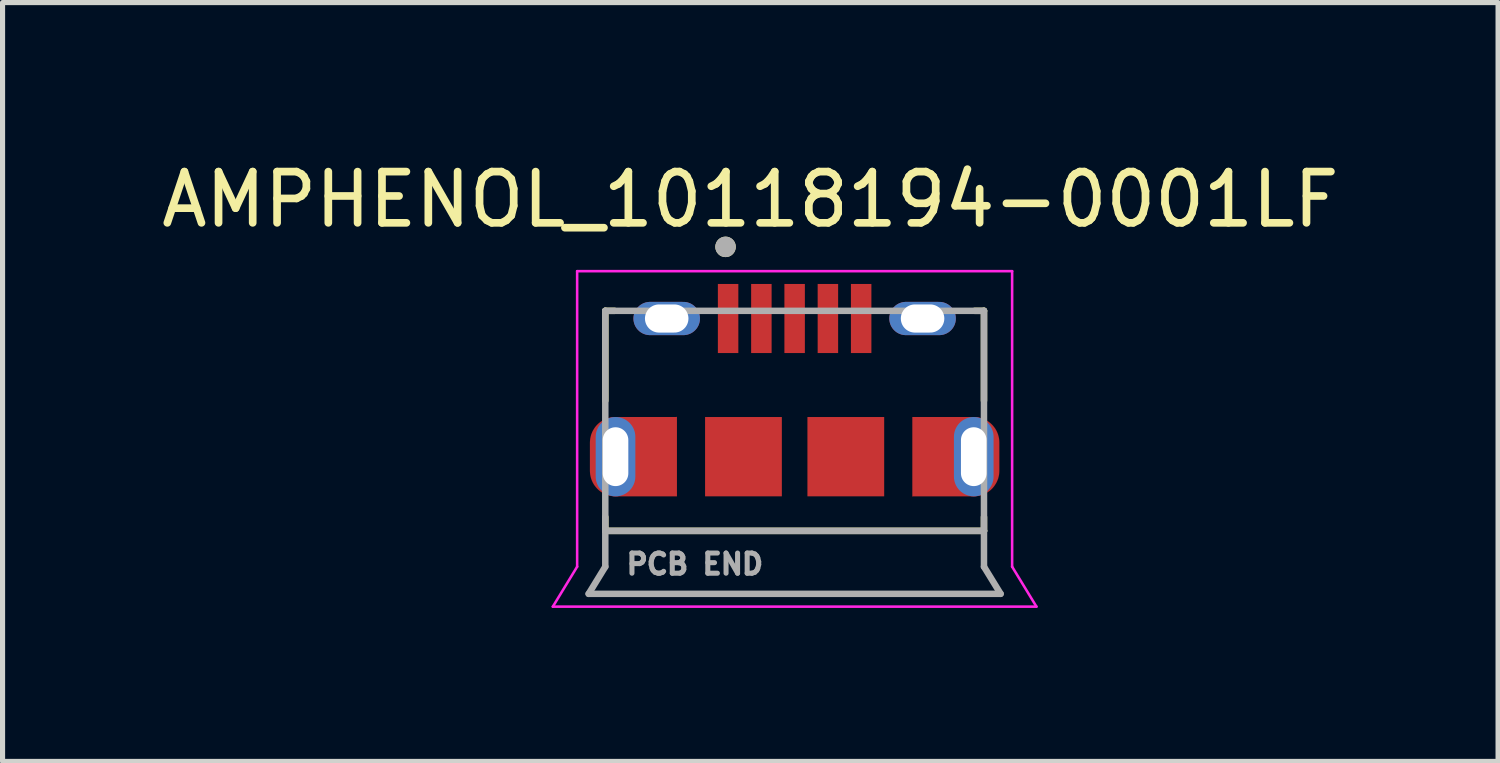
<source format=kicad_pcb>
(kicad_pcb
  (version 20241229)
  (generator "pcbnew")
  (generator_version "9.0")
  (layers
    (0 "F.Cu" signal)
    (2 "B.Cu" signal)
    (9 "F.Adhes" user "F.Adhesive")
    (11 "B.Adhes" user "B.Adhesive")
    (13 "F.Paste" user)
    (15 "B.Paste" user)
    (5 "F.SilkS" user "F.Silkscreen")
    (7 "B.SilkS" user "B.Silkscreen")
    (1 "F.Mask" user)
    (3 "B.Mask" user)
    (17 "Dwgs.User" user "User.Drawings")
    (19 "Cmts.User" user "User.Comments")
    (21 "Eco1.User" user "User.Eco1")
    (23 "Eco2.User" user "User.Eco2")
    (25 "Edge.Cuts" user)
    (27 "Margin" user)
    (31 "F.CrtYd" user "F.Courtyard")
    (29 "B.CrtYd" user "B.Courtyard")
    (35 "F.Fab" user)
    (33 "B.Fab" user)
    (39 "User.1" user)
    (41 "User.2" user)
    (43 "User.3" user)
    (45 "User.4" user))
  (footprint "AMPHENOL_10118194-0001LF"
    (layer "F.Cu")
    (at 12.478 5.874)
    (property "Reference" "AMPHENOL_10118194-0001LF" (at -0.866 -5.025 0) (layer "F.SilkS") (effects (font (size 1.001 1.001) (thickness 0.15))))
    (attr through_hole)
    (fp_poly (pts (xy -2.3 -0.78) (xy -2.3 0.775) (xy -3.498 0.775) (xy -3.498 0.575) (xy -3.486 0.575) (xy -3.473 0.574) (xy -3.46 0.572) (xy -3.447 0.57) (xy -3.434 0.567) (xy -3.422 0.563) (xy -3.41 0.558) (xy -3.398 0.553) (xy -3.386 0.548) (xy -3.374 0.542) (xy -3.363 0.535) (xy -3.353 0.527) (xy -3.342 0.52) (xy -3.332 0.511) (xy -3.323 0.502) (xy -3.314 0.493) (xy -3.305 0.483) (xy -3.298 0.472) (xy -3.29 0.462) (xy -3.283 0.451) (xy -3.277 0.439) (xy -3.272 0.427) (xy -3.267 0.415) (xy -3.262 0.403) (xy -3.258 0.391) (xy -3.255 0.378) (xy -3.253 0.365) (xy -3.251 0.352) (xy -3.25 0.339) (xy -3.25 0.325) (xy -3.25 0.315) (xy -3.25 -0.315) (xy -3.25 -0.325) (xy -3.25 -0.338) (xy -3.251 -0.351) (xy -3.253 -0.364) (xy -3.255 -0.377) (xy -3.259 -0.39) (xy -3.262 -0.402) (xy -3.267 -0.415) (xy -3.272 -0.427) (xy -3.277 -0.438) (xy -3.283 -0.45) (xy -3.29 -0.461) (xy -3.298 -0.472) (xy -3.306 -0.482) (xy -3.314 -0.492) (xy -3.323 -0.502) (xy -3.333 -0.511) (xy -3.343 -0.519) (xy -3.353 -0.527) (xy -3.364 -0.535) (xy -3.375 -0.542) (xy -3.387 -0.548) (xy -3.398 -0.553) (xy -3.41 -0.558) (xy -3.423 -0.563) (xy -3.435 -0.566) (xy -3.448 -0.57) (xy -3.461 -0.572) (xy -3.474 -0.574) (xy -3.487 -0.575) (xy -3.5 -0.575) (xy -3.513 -0.575) (xy -3.526 -0.574) (xy -3.539 -0.572) (xy -3.552 -0.57) (xy -3.565 -0.566) (xy -3.577 -0.563) (xy -3.59 -0.558) (xy -3.602 -0.553) (xy -3.613 -0.548) (xy -3.625 -0.542) (xy -3.636 -0.535) (xy -3.647 -0.527) (xy -3.657 -0.519) (xy -3.667 -0.511) (xy -3.677 -0.502) (xy -3.686 -0.492) (xy -3.694 -0.482) (xy -3.702 -0.472) (xy -3.71 -0.461) (xy -3.717 -0.45) (xy -3.723 -0.438) (xy -3.728 -0.427) (xy -3.733 -0.415) (xy -3.738 -0.402) (xy -3.741 -0.39) (xy -3.745 -0.377) (xy -3.747 -0.364) (xy -3.749 -0.351) (xy -3.75 -0.338) (xy -3.75 -0.325) (xy -3.75 0.325) (xy -3.75 0.339) (xy -3.749 0.352) (xy -3.747 0.365) (xy -3.745 0.378) (xy -3.742 0.391) (xy -3.738 0.403) (xy -3.733 0.415) (xy -3.728 0.427) (xy -3.723 0.439) (xy -3.717 0.451) (xy -3.71 0.462) (xy -3.702 0.472) (xy -3.695 0.483) (xy -3.686 0.493) (xy -3.677 0.502) (xy -3.668 0.511) (xy -3.658 0.52) (xy -3.647 0.527) (xy -3.637 0.535) (xy -3.626 0.542) (xy -3.614 0.548) (xy -3.602 0.553) (xy -3.59 0.558) (xy -3.578 0.563) (xy -3.566 0.567) (xy -3.553 0.57) (xy -3.54 0.572) (xy -3.527 0.574) (xy -3.514 0.575) (xy -3.502 0.575) (xy -3.502 0.775) (xy -3.527 0.774) (xy -3.553 0.772) (xy -3.579 0.769) (xy -3.605 0.764) (xy -3.63 0.758) (xy -3.655 0.751) (xy -3.68 0.742) (xy -3.704 0.732) (xy -3.728 0.721) (xy -3.751 0.708) (xy -3.773 0.695) (xy -3.794 0.68) (xy -3.815 0.664) (xy -3.835 0.647) (xy -3.854 0.629) (xy -3.872 0.61) (xy -3.889 0.59) (xy -3.905 0.569) (xy -3.92 0.548) (xy -3.933 0.526) (xy -3.946 0.503) (xy -3.957 0.479) (xy -3.967 0.455) (xy -3.976 0.43) (xy -3.983 0.405) (xy -3.989 0.38) (xy -3.994 0.354) (xy -3.997 0.328) (xy -3.999 0.302) (xy -4 0.275) (xy -4 -0.275) (xy -3.999 -0.301) (xy -3.997 -0.327) (xy -3.994 -0.353) (xy -3.989 -0.379) (xy -3.983 -0.404) (xy -3.976 -0.43) (xy -3.967 -0.454) (xy -3.957 -0.478) (xy -3.946 -0.502) (xy -3.933 -0.525) (xy -3.919 -0.547) (xy -3.905 -0.569) (xy -3.889 -0.59) (xy -3.872 -0.61) (xy -3.854 -0.629) (xy -3.835 -0.647) (xy -3.815 -0.664) (xy -3.794 -0.68) (xy -3.772 -0.694) (xy -3.75 -0.708) (xy -3.727 -0.721) (xy -3.703 -0.732) (xy -3.679 -0.742) (xy -3.655 -0.751) (xy -3.629 -0.758) (xy -3.604 -0.764) (xy -3.578 -0.769) (xy -3.552 -0.772) (xy -3.526 -0.774) (xy -3.5 -0.775) (xy -2.305 -0.775) (xy -2.305 -0.78) (xy -2.3 -0.78)) (stroke (width 0.001) (type solid)) (fill yes) (layer "F.Cu"))
    (fp_poly (pts (xy 2.3 0.78) (xy 2.3 -0.775) (xy 3.498 -0.775) (xy 3.498 -0.575) (xy 3.486 -0.575) (xy 3.473 -0.574) (xy 3.46 -0.572) (xy 3.447 -0.57) (xy 3.434 -0.567) (xy 3.422 -0.563) (xy 3.41 -0.558) (xy 3.398 -0.553) (xy 3.386 -0.548) (xy 3.374 -0.542) (xy 3.363 -0.535) (xy 3.353 -0.527) (xy 3.342 -0.52) (xy 3.332 -0.511) (xy 3.323 -0.502) (xy 3.314 -0.493) (xy 3.305 -0.483) (xy 3.298 -0.472) (xy 3.29 -0.462) (xy 3.283 -0.451) (xy 3.277 -0.439) (xy 3.272 -0.427) (xy 3.267 -0.415) (xy 3.262 -0.403) (xy 3.258 -0.391) (xy 3.255 -0.378) (xy 3.253 -0.365) (xy 3.251 -0.352) (xy 3.25 -0.339) (xy 3.25 -0.325) (xy 3.25 -0.315) (xy 3.25 0.315) (xy 3.25 0.325) (xy 3.25 0.338) (xy 3.251 0.351) (xy 3.253 0.364) (xy 3.255 0.377) (xy 3.259 0.39) (xy 3.262 0.402) (xy 3.267 0.415) (xy 3.272 0.427) (xy 3.277 0.438) (xy 3.283 0.45) (xy 3.29 0.461) (xy 3.298 0.472) (xy 3.306 0.482) (xy 3.314 0.492) (xy 3.323 0.502) (xy 3.333 0.511) (xy 3.343 0.519) (xy 3.353 0.527) (xy 3.364 0.535) (xy 3.375 0.542) (xy 3.387 0.548) (xy 3.398 0.553) (xy 3.41 0.558) (xy 3.423 0.563) (xy 3.435 0.566) (xy 3.448 0.57) (xy 3.461 0.572) (xy 3.474 0.574) (xy 3.487 0.575) (xy 3.5 0.575) (xy 3.513 0.575) (xy 3.526 0.574) (xy 3.539 0.572) (xy 3.552 0.57) (xy 3.565 0.566) (xy 3.577 0.563) (xy 3.59 0.558) (xy 3.602 0.553) (xy 3.613 0.548) (xy 3.625 0.542) (xy 3.636 0.535) (xy 3.647 0.527) (xy 3.657 0.519) (xy 3.667 0.511) (xy 3.677 0.502) (xy 3.686 0.492) (xy 3.694 0.482) (xy 3.702 0.472) (xy 3.71 0.461) (xy 3.717 0.45) (xy 3.723 0.438) (xy 3.728 0.427) (xy 3.733 0.415) (xy 3.738 0.402) (xy 3.741 0.39) (xy 3.745 0.377) (xy 3.747 0.364) (xy 3.749 0.351) (xy 3.75 0.338) (xy 3.75 0.325) (xy 3.75 -0.325) (xy 3.75 -0.339) (xy 3.749 -0.352) (xy 3.747 -0.365) (xy 3.745 -0.378) (xy 3.742 -0.391) (xy 3.738 -0.403) (xy 3.733 -0.415) (xy 3.728 -0.427) (xy 3.723 -0.439) (xy 3.717 -0.451) (xy 3.71 -0.462) (xy 3.702 -0.472) (xy 3.695 -0.483) (xy 3.686 -0.493) (xy 3.677 -0.502) (xy 3.668 -0.511) (xy 3.658 -0.52) (xy 3.647 -0.527) (xy 3.637 -0.535) (xy 3.626 -0.542) (xy 3.614 -0.548) (xy 3.602 -0.553) (xy 3.59 -0.558) (xy 3.578 -0.563) (xy 3.566 -0.567) (xy 3.553 -0.57) (xy 3.54 -0.572) (xy 3.527 -0.574) (xy 3.514 -0.575) (xy 3.502 -0.575) (xy 3.502 -0.775) (xy 3.527 -0.774) (xy 3.553 -0.772) (xy 3.579 -0.769) (xy 3.605 -0.764) (xy 3.63 -0.758) (xy 3.655 -0.751) (xy 3.68 -0.742) (xy 3.704 -0.732) (xy 3.728 -0.721) (xy 3.751 -0.708) (xy 3.773 -0.695) (xy 3.794 -0.68) (xy 3.815 -0.664) (xy 3.835 -0.647) (xy 3.854 -0.629) (xy 3.872 -0.61) (xy 3.889 -0.59) (xy 3.905 -0.569) (xy 3.92 -0.548) (xy 3.933 -0.526) (xy 3.946 -0.503) (xy 3.957 -0.479) (xy 3.967 -0.455) (xy 3.976 -0.43) (xy 3.983 -0.405) (xy 3.989 -0.38) (xy 3.994 -0.354) (xy 3.997 -0.328) (xy 3.999 -0.302) (xy 4 -0.275) (xy 4 0.275) (xy 3.999 0.301) (xy 3.997 0.327) (xy 3.994 0.353) (xy 3.989 0.379) (xy 3.983 0.404) (xy 3.976 0.43) (xy 3.967 0.454) (xy 3.957 0.478) (xy 3.946 0.502) (xy 3.933 0.525) (xy 3.919 0.547) (xy 3.905 0.569) (xy 3.889 0.59) (xy 3.872 0.61) (xy 3.854 0.629) (xy 3.835 0.647) (xy 3.815 0.664) (xy 3.794 0.68) (xy 3.772 0.694) (xy 3.75 0.708) (xy 3.727 0.721) (xy 3.703 0.732) (xy 3.679 0.742) (xy 3.655 0.751) (xy 3.629 0.758) (xy 3.604 0.764) (xy 3.578 0.769) (xy 3.552 0.772) (xy 3.526 0.774) (xy 3.5 0.775) (xy 2.305 0.775) (xy 2.305 0.78) (xy 2.3 0.78)) (stroke (width 0.001) (type solid)) (fill yes) (layer "F.Cu"))
    (fp_poly (pts (xy -3.6 -0.875) (xy -2.2 -0.875) (xy -2.2 0.875) (xy -3.6 0.875) (xy -3.626 0.874) (xy -3.652 0.872) (xy -3.678 0.869) (xy -3.704 0.864) (xy -3.729 0.858) (xy -3.755 0.851) (xy -3.779 0.842) (xy -3.803 0.832) (xy -3.827 0.821) (xy -3.85 0.808) (xy -3.872 0.794) (xy -3.894 0.78) (xy -3.915 0.764) (xy -3.935 0.747) (xy -3.954 0.729) (xy -3.972 0.71) (xy -3.989 0.69) (xy -4.005 0.669) (xy -4.019 0.647) (xy -4.033 0.625) (xy -4.046 0.602) (xy -4.057 0.578) (xy -4.067 0.554) (xy -4.076 0.53) (xy -4.083 0.504) (xy -4.089 0.479) (xy -4.094 0.453) (xy -4.097 0.427) (xy -4.099 0.401) (xy -4.1 0.375) (xy -4.1 -0.375) (xy -4.099 -0.401) (xy -4.097 -0.427) (xy -4.094 -0.453) (xy -4.089 -0.479) (xy -4.083 -0.504) (xy -4.076 -0.53) (xy -4.067 -0.554) (xy -4.057 -0.578) (xy -4.046 -0.602) (xy -4.033 -0.625) (xy -4.019 -0.647) (xy -4.005 -0.669) (xy -3.989 -0.69) (xy -3.972 -0.71) (xy -3.954 -0.729) (xy -3.935 -0.747) (xy -3.915 -0.764) (xy -3.894 -0.78) (xy -3.872 -0.794) (xy -3.85 -0.808) (xy -3.827 -0.821) (xy -3.803 -0.832) (xy -3.779 -0.842) (xy -3.755 -0.851) (xy -3.729 -0.858) (xy -3.704 -0.864) (xy -3.678 -0.869) (xy -3.652 -0.872) (xy -3.626 -0.874) (xy -3.6 -0.875)) (stroke (width 0.0001) (type solid)) (fill yes) (layer "F.Mask"))
    (fp_poly (pts (xy 3.6 0.875) (xy 2.2 0.875) (xy 2.2 -0.875) (xy 3.6 -0.875) (xy 3.626 -0.874) (xy 3.652 -0.872) (xy 3.678 -0.869) (xy 3.704 -0.864) (xy 3.729 -0.858) (xy 3.755 -0.851) (xy 3.779 -0.842) (xy 3.803 -0.832) (xy 3.827 -0.821) (xy 3.85 -0.808) (xy 3.872 -0.794) (xy 3.894 -0.78) (xy 3.915 -0.764) (xy 3.935 -0.747) (xy 3.954 -0.729) (xy 3.972 -0.71) (xy 3.989 -0.69) (xy 4.005 -0.669) (xy 4.019 -0.647) (xy 4.033 -0.625) (xy 4.046 -0.602) (xy 4.057 -0.578) (xy 4.067 -0.554) (xy 4.076 -0.53) (xy 4.083 -0.504) (xy 4.089 -0.479) (xy 4.094 -0.453) (xy 4.097 -0.427) (xy 4.099 -0.401) (xy 4.1 -0.375) (xy 4.1 0.375) (xy 4.099 0.401) (xy 4.097 0.427) (xy 4.094 0.453) (xy 4.089 0.479) (xy 4.083 0.504) (xy 4.076 0.53) (xy 4.067 0.554) (xy 4.057 0.578) (xy 4.046 0.602) (xy 4.033 0.625) (xy 4.019 0.647) (xy 4.005 0.669) (xy 3.989 0.69) (xy 3.972 0.71) (xy 3.954 0.729) (xy 3.935 0.747) (xy 3.915 0.764) (xy 3.894 0.78) (xy 3.872 0.794) (xy 3.85 0.808) (xy 3.827 0.821) (xy 3.803 0.832) (xy 3.779 0.842) (xy 3.755 0.851) (xy 3.729 0.858) (xy 3.704 0.864) (xy 3.678 0.869) (xy 3.652 0.872) (xy 3.626 0.874) (xy 3.6 0.875)) (stroke (width 0.0001) (type solid)) (fill yes) (layer "F.Mask"))
    (fp_line (start -3.7 -2.85) (end -3.7 -1.095) (stroke (width 0.127) (type solid)) (layer "F.SilkS"))
    (fp_line (start -3.7 -2.85) (end -3.52 -2.85) (stroke (width 0.127) (type solid)) (layer "F.SilkS"))
    (fp_line (start -3.7 1.45) (end -3.7 1.18) (stroke (width 0.127) (type solid)) (layer "F.SilkS"))
    (fp_line (start -3.7 1.45) (end 3.7 1.45) (stroke (width 0.127) (type solid)) (layer "F.SilkS"))
    (fp_line (start 3.7 -2.85) (end 3.52 -2.85) (stroke (width 0.127) (type solid)) (layer "F.SilkS"))
    (fp_line (start 3.7 -2.85) (end 3.7 -1.095) (stroke (width 0.127) (type solid)) (layer "F.SilkS"))
    (fp_line (start 3.7 1.18) (end 3.7 1.45) (stroke (width 0.127) (type solid)) (layer "F.SilkS"))
    (fp_circle (center -1.35 -4.1) (end -1.25 -4.1) (stroke (width 0.2) (type solid)) (fill no) (layer "F.SilkS"))
    (fp_line (start -3.5 -0.77) (end -3.5 -0.6) (stroke (width 0.0001) (type solid)) (layer "F.Paste"))
    (fp_line (start 3.5 0.77) (end 3.5 0.6) (stroke (width 0.0001) (type solid)) (layer "F.Paste"))
    (fp_poly (pts (xy -3.5 -0.775) (xy -3.5 -0.575) (xy -3.487 -0.575) (xy -3.474 -0.574) (xy -3.461 -0.572) (xy -3.448 -0.57) (xy -3.435 -0.566) (xy -3.423 -0.563) (xy -3.41 -0.558) (xy -3.398 -0.553) (xy -3.387 -0.548) (xy -3.375 -0.542) (xy -3.364 -0.535) (xy -3.353 -0.527) (xy -3.343 -0.519) (xy -3.333 -0.511) (xy -3.323 -0.502) (xy -3.314 -0.492) (xy -3.306 -0.482) (xy -3.298 -0.472) (xy -3.29 -0.461) (xy -3.283 -0.45) (xy -3.277 -0.438) (xy -3.272 -0.427) (xy -3.267 -0.415) (xy -3.262 -0.402) (xy -3.259 -0.39) (xy -3.255 -0.377) (xy -3.253 -0.364) (xy -3.251 -0.351) (xy -3.25 -0.338) (xy -3.25 -0.325) (xy -3.25 0.325) (xy -3.25 0.338) (xy -3.251 0.351) (xy -3.253 0.364) (xy -3.255 0.377) (xy -3.259 0.39) (xy -3.262 0.402) (xy -3.267 0.415) (xy -3.272 0.427) (xy -3.277 0.438) (xy -3.283 0.45) (xy -3.29 0.461) (xy -3.298 0.472) (xy -3.306 0.482) (xy -3.314 0.492) (xy -3.323 0.502) (xy -3.333 0.511) (xy -3.343 0.519) (xy -3.353 0.527) (xy -3.364 0.535) (xy -3.375 0.542) (xy -3.387 0.548) (xy -3.398 0.553) (xy -3.41 0.558) (xy -3.423 0.563) (xy -3.435 0.566) (xy -3.448 0.57) (xy -3.461 0.572) (xy -3.474 0.574) (xy -3.487 0.575) (xy -3.5 0.575) (xy -3.5 0.775) (xy -2.3 0.775) (xy -2.3 -0.775) (xy -3.5 -0.775)) (stroke (width 0.0001) (type solid)) (fill yes) (layer "F.Paste"))
    (fp_poly (pts (xy 3.5 0.775) (xy 3.5 0.575) (xy 3.487 0.575) (xy 3.474 0.574) (xy 3.461 0.572) (xy 3.448 0.57) (xy 3.435 0.566) (xy 3.423 0.563) (xy 3.41 0.558) (xy 3.398 0.553) (xy 3.387 0.548) (xy 3.375 0.542) (xy 3.364 0.535) (xy 3.353 0.527) (xy 3.343 0.519) (xy 3.333 0.511) (xy 3.323 0.502) (xy 3.314 0.492) (xy 3.306 0.482) (xy 3.298 0.472) (xy 3.29 0.461) (xy 3.283 0.45) (xy 3.277 0.438) (xy 3.272 0.427) (xy 3.267 0.415) (xy 3.262 0.402) (xy 3.259 0.39) (xy 3.255 0.377) (xy 3.253 0.364) (xy 3.251 0.351) (xy 3.25 0.338) (xy 3.25 0.325) (xy 3.25 -0.325) (xy 3.25 -0.338) (xy 3.251 -0.351) (xy 3.253 -0.364) (xy 3.255 -0.377) (xy 3.259 -0.39) (xy 3.262 -0.402) (xy 3.267 -0.415) (xy 3.272 -0.427) (xy 3.277 -0.438) (xy 3.283 -0.45) (xy 3.29 -0.461) (xy 3.298 -0.472) (xy 3.306 -0.482) (xy 3.314 -0.492) (xy 3.323 -0.502) (xy 3.333 -0.511) (xy 3.343 -0.519) (xy 3.353 -0.527) (xy 3.364 -0.535) (xy 3.375 -0.542) (xy 3.387 -0.548) (xy 3.398 -0.553) (xy 3.41 -0.558) (xy 3.423 -0.563) (xy 3.435 -0.566) (xy 3.448 -0.57) (xy 3.461 -0.572) (xy 3.474 -0.574) (xy 3.487 -0.575) (xy 3.5 -0.575) (xy 3.5 -0.775) (xy 2.3 -0.775) (xy 2.3 0.775) (xy 3.5 0.775)) (stroke (width 0.0001) (type solid)) (fill yes) (layer "F.Paste"))
    (fp_poly (pts (xy -3.5 -0.775) (xy -3.5 -0.575) (xy -3.513 -0.575) (xy -3.526 -0.574) (xy -3.539 -0.572) (xy -3.552 -0.57) (xy -3.565 -0.566) (xy -3.577 -0.563) (xy -3.59 -0.558) (xy -3.602 -0.553) (xy -3.613 -0.548) (xy -3.625 -0.542) (xy -3.636 -0.535) (xy -3.647 -0.527) (xy -3.657 -0.519) (xy -3.667 -0.511) (xy -3.677 -0.502) (xy -3.686 -0.492) (xy -3.694 -0.482) (xy -3.702 -0.472) (xy -3.71 -0.461) (xy -3.717 -0.45) (xy -3.723 -0.438) (xy -3.728 -0.427) (xy -3.733 -0.415) (xy -3.738 -0.402) (xy -3.741 -0.39) (xy -3.745 -0.377) (xy -3.747 -0.364) (xy -3.749 -0.351) (xy -3.75 -0.338) (xy -3.75 -0.325) (xy -3.75 0.325) (xy -3.75 0.338) (xy -3.749 0.351) (xy -3.747 0.364) (xy -3.745 0.377) (xy -3.741 0.39) (xy -3.738 0.402) (xy -3.733 0.415) (xy -3.728 0.427) (xy -3.723 0.438) (xy -3.717 0.45) (xy -3.71 0.461) (xy -3.702 0.472) (xy -3.694 0.482) (xy -3.686 0.492) (xy -3.677 0.502) (xy -3.667 0.511) (xy -3.657 0.519) (xy -3.647 0.527) (xy -3.636 0.535) (xy -3.625 0.542) (xy -3.613 0.548) (xy -3.602 0.553) (xy -3.59 0.558) (xy -3.577 0.563) (xy -3.565 0.566) (xy -3.552 0.57) (xy -3.539 0.572) (xy -3.526 0.574) (xy -3.513 0.575) (xy -3.5 0.575) (xy -3.5 0.775) (xy -3.526 0.774) (xy -3.552 0.772) (xy -3.578 0.769) (xy -3.604 0.764) (xy -3.629 0.758) (xy -3.655 0.751) (xy -3.679 0.742) (xy -3.703 0.732) (xy -3.727 0.721) (xy -3.75 0.708) (xy -3.772 0.694) (xy -3.794 0.68) (xy -3.815 0.664) (xy -3.835 0.647) (xy -3.854 0.629) (xy -3.872 0.61) (xy -3.889 0.59) (xy -3.905 0.569) (xy -3.919 0.547) (xy -3.933 0.525) (xy -3.946 0.502) (xy -3.957 0.478) (xy -3.967 0.454) (xy -3.976 0.43) (xy -3.983 0.404) (xy -3.989 0.379) (xy -3.994 0.353) (xy -3.997 0.327) (xy -3.999 0.301) (xy -4 0.275) (xy -4 -0.275) (xy -3.999 -0.301) (xy -3.997 -0.327) (xy -3.994 -0.353) (xy -3.989 -0.379) (xy -3.983 -0.404) (xy -3.976 -0.43) (xy -3.967 -0.454) (xy -3.957 -0.478) (xy -3.946 -0.502) (xy -3.933 -0.525) (xy -3.919 -0.547) (xy -3.905 -0.569) (xy -3.889 -0.59) (xy -3.872 -0.61) (xy -3.854 -0.629) (xy -3.835 -0.647) (xy -3.815 -0.664) (xy -3.794 -0.68) (xy -3.772 -0.694) (xy -3.75 -0.708) (xy -3.727 -0.721) (xy -3.703 -0.732) (xy -3.679 -0.742) (xy -3.655 -0.751) (xy -3.629 -0.758) (xy -3.604 -0.764) (xy -3.578 -0.769) (xy -3.552 -0.772) (xy -3.526 -0.774) (xy -3.5 -0.775)) (stroke (width 0.0001) (type solid)) (fill yes) (layer "F.Paste"))
    (fp_poly (pts (xy 3.5 0.775) (xy 3.5 0.575) (xy 3.513 0.575) (xy 3.526 0.574) (xy 3.539 0.572) (xy 3.552 0.57) (xy 3.565 0.566) (xy 3.577 0.563) (xy 3.59 0.558) (xy 3.602 0.553) (xy 3.613 0.548) (xy 3.625 0.542) (xy 3.636 0.535) (xy 3.647 0.527) (xy 3.657 0.519) (xy 3.667 0.511) (xy 3.677 0.502) (xy 3.686 0.492) (xy 3.694 0.482) (xy 3.702 0.472) (xy 3.71 0.461) (xy 3.717 0.45) (xy 3.723 0.438) (xy 3.728 0.427) (xy 3.733 0.415) (xy 3.738 0.402) (xy 3.741 0.39) (xy 3.745 0.377) (xy 3.747 0.364) (xy 3.749 0.351) (xy 3.75 0.338) (xy 3.75 0.325) (xy 3.75 -0.325) (xy 3.75 -0.338) (xy 3.749 -0.351) (xy 3.747 -0.364) (xy 3.745 -0.377) (xy 3.741 -0.39) (xy 3.738 -0.402) (xy 3.733 -0.415) (xy 3.728 -0.427) (xy 3.723 -0.438) (xy 3.717 -0.45) (xy 3.71 -0.461) (xy 3.702 -0.472) (xy 3.694 -0.482) (xy 3.686 -0.492) (xy 3.677 -0.502) (xy 3.667 -0.511) (xy 3.657 -0.519) (xy 3.647 -0.527) (xy 3.636 -0.535) (xy 3.625 -0.542) (xy 3.613 -0.548) (xy 3.602 -0.553) (xy 3.59 -0.558) (xy 3.577 -0.563) (xy 3.565 -0.566) (xy 3.552 -0.57) (xy 3.539 -0.572) (xy 3.526 -0.574) (xy 3.513 -0.575) (xy 3.5 -0.575) (xy 3.5 -0.775) (xy 3.526 -0.774) (xy 3.552 -0.772) (xy 3.578 -0.769) (xy 3.604 -0.764) (xy 3.629 -0.758) (xy 3.655 -0.751) (xy 3.679 -0.742) (xy 3.703 -0.732) (xy 3.727 -0.721) (xy 3.75 -0.708) (xy 3.772 -0.694) (xy 3.794 -0.68) (xy 3.815 -0.664) (xy 3.835 -0.647) (xy 3.854 -0.629) (xy 3.872 -0.61) (xy 3.889 -0.59) (xy 3.905 -0.569) (xy 3.919 -0.547) (xy 3.933 -0.525) (xy 3.946 -0.502) (xy 3.957 -0.478) (xy 3.967 -0.454) (xy 3.976 -0.43) (xy 3.983 -0.404) (xy 3.989 -0.379) (xy 3.994 -0.353) (xy 3.997 -0.327) (xy 3.999 -0.301) (xy 4 -0.275) (xy 4 0.275) (xy 3.999 0.301) (xy 3.997 0.327) (xy 3.994 0.353) (xy 3.989 0.379) (xy 3.983 0.404) (xy 3.976 0.43) (xy 3.967 0.454) (xy 3.957 0.478) (xy 3.946 0.502) (xy 3.933 0.525) (xy 3.919 0.547) (xy 3.905 0.569) (xy 3.889 0.59) (xy 3.872 0.61) (xy 3.854 0.629) (xy 3.835 0.647) (xy 3.815 0.664) (xy 3.794 0.68) (xy 3.772 0.694) (xy 3.75 0.708) (xy 3.727 0.721) (xy 3.703 0.732) (xy 3.679 0.742) (xy 3.655 0.751) (xy 3.629 0.758) (xy 3.604 0.764) (xy 3.578 0.769) (xy 3.552 0.772) (xy 3.526 0.774) (xy 3.5 0.775)) (stroke (width 0.0001) (type solid)) (fill yes) (layer "F.Paste"))
    (fp_line (start -4.725 2.93) (end -4.25 2.15) (stroke (width 0.05) (type solid)) (layer "F.CrtYd"))
    (fp_line (start -4.25 -3.625) (end 4.25 -3.625) (stroke (width 0.05) (type solid)) (layer "F.CrtYd"))
    (fp_line (start -4.25 2.15) (end -4.25 -3.625) (stroke (width 0.05) (type solid)) (layer "F.CrtYd"))
    (fp_line (start 4.25 2.15) (end 4.25 -3.625) (stroke (width 0.05) (type solid)) (layer "F.CrtYd"))
    (fp_line (start 4.725 2.93) (end -4.725 2.93) (stroke (width 0.05) (type solid)) (layer "F.CrtYd"))
    (fp_line (start 4.725 2.93) (end 4.25 2.15) (stroke (width 0.05) (type solid)) (layer "F.CrtYd"))
    (fp_line (start -4.025 2.68) (end 4.025 2.68) (stroke (width 0.127) (type solid)) (layer "F.Fab"))
    (fp_line (start -3.7 -2.85) (end -3.7 1.45) (stroke (width 0.127) (type solid)) (layer "F.Fab"))
    (fp_line (start -3.7 -2.85) (end 3.7 -2.85) (stroke (width 0.127) (type solid)) (layer "F.Fab"))
    (fp_line (start -3.7 1.45) (end -3.7 2.15) (stroke (width 0.127) (type solid)) (layer "F.Fab"))
    (fp_line (start -3.7 1.45) (end 3.7 1.45) (stroke (width 0.127) (type solid)) (layer "F.Fab"))
    (fp_line (start -3.7 2.15) (end -4.025 2.68) (stroke (width 0.127) (type solid)) (layer "F.Fab"))
    (fp_line (start 3.7 1.45) (end 3.7 -2.85) (stroke (width 0.127) (type solid)) (layer "F.Fab"))
    (fp_line (start 3.7 2.15) (end 3.7 1.45) (stroke (width 0.127) (type solid)) (layer "F.Fab"))
    (fp_line (start 4.025 2.68) (end 3.7 2.15) (stroke (width 0.127) (type solid)) (layer "F.Fab"))
    (fp_circle (center -1.35 -4.1) (end -1.25 -4.1) (stroke (width 0.2) (type solid)) (fill no) (layer "F.Fab"))
    (fp_text user "PCB END" (at -1.95 2.1 0) (layer "F.Fab") (effects (font (size 0.394 0.394) (thickness 0.15))))
    (pad "1" smd rect (at -1.3 -2.7) (size 0.4 1.35) (layers "F.Cu" "F.Mask" "F.Paste"))
    (pad "2" smd rect (at -0.65 -2.7) (size 0.4 1.35) (layers "F.Cu" "F.Mask" "F.Paste"))
    (pad "3" smd rect (at 0 -2.7) (size 0.4 1.35) (layers "F.Cu" "F.Mask" "F.Paste"))
    (pad "4" smd rect (at 0.65 -2.7) (size 0.4 1.35) (layers "F.Cu" "F.Mask" "F.Paste"))
    (pad "5" smd rect (at 1.3 -2.7) (size 0.4 1.35) (layers "F.Cu" "F.Mask" "F.Paste"))
    (pad "6" thru_hole oval (at -3.5 0) (size 0.775 1.55) (drill oval 0.5 1.15) (layers "*.Cu" "*.Mask"))
    (pad "6" thru_hole oval (at -2.5 -2.7) (size 1.3 0.65) (drill oval 0.85 0.55) (layers "*.Cu" "*.Mask"))
    (pad "6" smd rect (at -1 0) (size 1.5 1.55) (layers "F.Cu" "F.Mask" "F.Paste"))
    (pad "6" smd rect (at 1 0) (size 1.5 1.55) (layers "F.Cu" "F.Mask" "F.Paste"))
    (pad "6" thru_hole oval (at 2.5 -2.7) (size 1.3 0.65) (drill oval 0.85 0.55) (layers "*.Cu" "*.Mask"))
    (pad "6" thru_hole oval (at 3.5 0) (size 0.775 1.55) (drill oval 0.5 1.15) (layers "*.Cu" "*.Mask")))
  (gr_rect
    (start -3 -3)
    (end 26.224 11.829)
    (stroke (width 0.1) (type default))
    (fill no)
    (layer "Edge.Cuts")))
</source>
